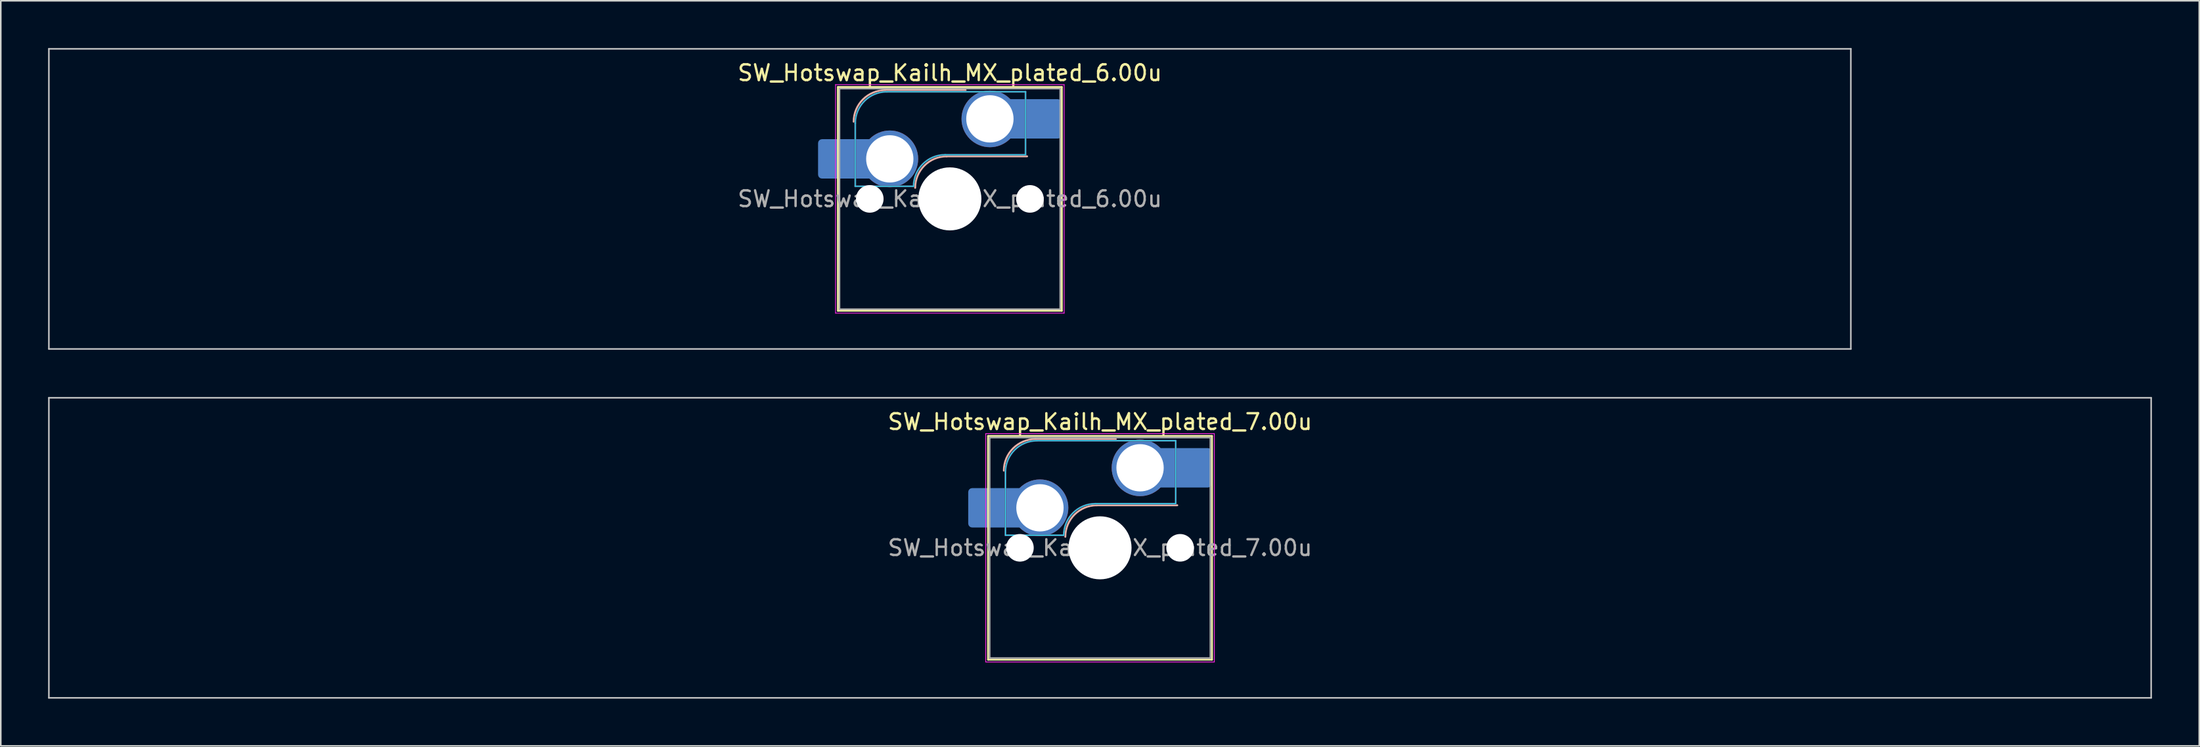
<source format=kicad_pcb>
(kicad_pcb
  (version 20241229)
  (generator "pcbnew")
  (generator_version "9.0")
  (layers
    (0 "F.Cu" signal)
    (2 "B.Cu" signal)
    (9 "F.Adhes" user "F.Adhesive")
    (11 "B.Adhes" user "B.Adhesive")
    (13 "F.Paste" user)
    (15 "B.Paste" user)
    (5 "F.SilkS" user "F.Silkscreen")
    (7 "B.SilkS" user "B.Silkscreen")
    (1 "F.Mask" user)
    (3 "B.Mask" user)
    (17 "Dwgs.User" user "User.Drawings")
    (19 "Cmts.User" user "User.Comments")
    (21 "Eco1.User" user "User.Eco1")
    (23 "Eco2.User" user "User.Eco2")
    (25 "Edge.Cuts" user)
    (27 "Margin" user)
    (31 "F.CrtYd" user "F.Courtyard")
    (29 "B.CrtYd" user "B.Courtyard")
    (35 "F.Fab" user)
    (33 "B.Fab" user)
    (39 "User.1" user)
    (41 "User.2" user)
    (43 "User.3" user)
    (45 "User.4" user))
  (footprint "SW_Hotswap_Kailh_MX_plated_7.00u"
    (layer "F.Cu")
    (at 66.725 31.725)
    (property "Reference" "SW_Hotswap_Kailh_MX_plated_7.00u" (at 0 -8 0) (layer "F.SilkS") (effects (font (size 1 1) (thickness 0.15))))
    (attr smd)
    (fp_line (start -7.1 -7.1) (end -7.1 7.1) (stroke (width 0.12) (type solid)) (layer "F.SilkS"))
    (fp_line (start -7.1 7.1) (end 7.1 7.1) (stroke (width 0.12) (type solid)) (layer "F.SilkS"))
    (fp_line (start 7.1 -7.1) (end -7.1 -7.1) (stroke (width 0.12) (type solid)) (layer "F.SilkS"))
    (fp_line (start 7.1 7.1) (end 7.1 -7.1) (stroke (width 0.12) (type solid)) (layer "F.SilkS"))
    (fp_line (start -4.1 -6.9) (end 1 -6.9) (stroke (width 0.12) (type solid)) (layer "B.SilkS"))
    (fp_line (start -0.2 -2.7) (end 4.9 -2.7) (stroke (width 0.12) (type solid)) (layer "B.SilkS"))
    (fp_arc (start -6.1 -4.9) (mid -5.514214 -6.314214) (end -4.1 -6.9) (stroke (width 0.12) (type solid)) (layer "B.SilkS"))
    (fp_arc (start -2.2 -0.7) (mid -1.614214 -2.114214) (end -0.2 -2.7) (stroke (width 0.12) (type solid)) (layer "B.SilkS"))
    (fp_line (start -66.675 -9.525) (end -66.675 9.525) (stroke (width 0.1) (type solid)) (layer "Dwgs.User"))
    (fp_line (start -66.675 9.525) (end 66.675 9.525) (stroke (width 0.1) (type solid)) (layer "Dwgs.User"))
    (fp_line (start 66.675 -9.525) (end -66.675 -9.525) (stroke (width 0.1) (type solid)) (layer "Dwgs.User"))
    (fp_line (start 66.675 9.525) (end 66.675 -9.525) (stroke (width 0.1) (type solid)) (layer "Dwgs.User"))
    (fp_line (start -7.8 -6) (end -7 -6) (stroke (width 0.1) (type solid)) (layer "Eco1.User"))
    (fp_line (start -7.8 -2.9) (end -7.8 -6) (stroke (width 0.1) (type solid)) (layer "Eco1.User"))
    (fp_line (start -7.8 2.9) (end -7 2.9) (stroke (width 0.1) (type solid)) (layer "Eco1.User"))
    (fp_line (start -7.8 6) (end -7.8 2.9) (stroke (width 0.1) (type solid)) (layer "Eco1.User"))
    (fp_line (start -7 -7) (end 7 -7) (stroke (width 0.1) (type solid)) (layer "Eco1.User"))
    (fp_line (start -7 -6) (end -7 -7) (stroke (width 0.1) (type solid)) (layer "Eco1.User"))
    (fp_line (start -7 -2.9) (end -7.8 -2.9) (stroke (width 0.1) (type solid)) (layer "Eco1.User"))
    (fp_line (start -7 2.9) (end -7 -2.9) (stroke (width 0.1) (type solid)) (layer "Eco1.User"))
    (fp_line (start -7 6) (end -7.8 6) (stroke (width 0.1) (type solid)) (layer "Eco1.User"))
    (fp_line (start -7 7) (end -7 6) (stroke (width 0.1) (type solid)) (layer "Eco1.User"))
    (fp_line (start 7 -7) (end 7 -6) (stroke (width 0.1) (type solid)) (layer "Eco1.User"))
    (fp_line (start 7 -6) (end 7.8 -6) (stroke (width 0.1) (type solid)) (layer "Eco1.User"))
    (fp_line (start 7 -2.9) (end 7 2.9) (stroke (width 0.1) (type solid)) (layer "Eco1.User"))
    (fp_line (start 7 2.9) (end 7.8 2.9) (stroke (width 0.1) (type solid)) (layer "Eco1.User"))
    (fp_line (start 7 6) (end 7 7) (stroke (width 0.1) (type solid)) (layer "Eco1.User"))
    (fp_line (start 7 7) (end -7 7) (stroke (width 0.1) (type solid)) (layer "Eco1.User"))
    (fp_line (start 7.8 -6) (end 7.8 -2.9) (stroke (width 0.1) (type solid)) (layer "Eco1.User"))
    (fp_line (start 7.8 -2.9) (end 7 -2.9) (stroke (width 0.1) (type solid)) (layer "Eco1.User"))
    (fp_line (start 7.8 2.9) (end 7.8 6) (stroke (width 0.1) (type solid)) (layer "Eco1.User"))
    (fp_line (start 7.8 6) (end 7 6) (stroke (width 0.1) (type solid)) (layer "Eco1.User"))
    (fp_line (start -6 -0.8) (end -6 -4.8) (stroke (width 0.05) (type solid)) (layer "B.CrtYd"))
    (fp_line (start -6 -0.8) (end -2.3 -0.8) (stroke (width 0.05) (type solid)) (layer "B.CrtYd"))
    (fp_line (start -4 -6.8) (end 4.8 -6.8) (stroke (width 0.05) (type solid)) (layer "B.CrtYd"))
    (fp_line (start -0.3 -2.8) (end 4.8 -2.8) (stroke (width 0.05) (type solid)) (layer "B.CrtYd"))
    (fp_line (start 4.8 -6.8) (end 4.8 -2.8) (stroke (width 0.05) (type solid)) (layer "B.CrtYd"))
    (fp_arc (start -6 -4.8) (mid -5.414214 -6.214214) (end -4 -6.8) (stroke (width 0.05) (type solid)) (layer "B.CrtYd"))
    (fp_arc (start -2.3 -0.8) (mid -1.714214 -2.214214) (end -0.3 -2.8) (stroke (width 0.05) (type solid)) (layer "B.CrtYd"))
    (fp_line (start -7.25 -7.25) (end -7.25 7.25) (stroke (width 0.05) (type solid)) (layer "F.CrtYd"))
    (fp_line (start -7.25 7.25) (end 7.25 7.25) (stroke (width 0.05) (type solid)) (layer "F.CrtYd"))
    (fp_line (start 7.25 -7.25) (end -7.25 -7.25) (stroke (width 0.05) (type solid)) (layer "F.CrtYd"))
    (fp_line (start 7.25 7.25) (end 7.25 -7.25) (stroke (width 0.05) (type solid)) (layer "F.CrtYd"))
    (fp_line (start -6 -0.8) (end -6 -4.8) (stroke (width 0.12) (type solid)) (layer "B.Fab"))
    (fp_line (start -6 -0.8) (end -2.3 -0.8) (stroke (width 0.12) (type solid)) (layer "B.Fab"))
    (fp_line (start -4 -6.8) (end 4.8 -6.8) (stroke (width 0.12) (type solid)) (layer "B.Fab"))
    (fp_line (start -0.3 -2.8) (end 4.8 -2.8) (stroke (width 0.12) (type solid)) (layer "B.Fab"))
    (fp_line (start 4.8 -6.8) (end 4.8 -2.8) (stroke (width 0.12) (type solid)) (layer "B.Fab"))
    (fp_arc (start -6 -4.8) (mid -5.414214 -6.214214) (end -4 -6.8) (stroke (width 0.12) (type solid)) (layer "B.Fab"))
    (fp_arc (start -2.3 -0.8) (mid -1.714214 -2.214214) (end -0.3 -2.8) (stroke (width 0.12) (type solid)) (layer "B.Fab"))
    (fp_line (start -7 -7) (end -7 7) (stroke (width 0.1) (type solid)) (layer "F.Fab"))
    (fp_line (start -7 7) (end 7 7) (stroke (width 0.1) (type solid)) (layer "F.Fab"))
    (fp_line (start 7 -7) (end -7 -7) (stroke (width 0.1) (type solid)) (layer "F.Fab"))
    (fp_line (start 7 7) (end 7 -7) (stroke (width 0.1) (type solid)) (layer "F.Fab"))
    (fp_text user "${REFERENCE}" (at 0 0 0) (layer "F.Fab") (effects (font (size 1 1) (thickness 0.15))))
    (pad "" smd roundrect (at -7.085 -2.54) (size 2.55 2.5) (layers "B.Mask" "B.Paste") (roundrect_rratio 0.1))
    (pad "" np_thru_hole circle (at -5.08 0) (size 1.75 1.75) (drill 1.75) (layers "*.Cu" "*.Mask"))
    (pad "" np_thru_hole circle (at 0 0) (size 4 4) (drill 4) (layers "*.Cu" "*.Mask"))
    (pad "" np_thru_hole circle (at 5.08 0) (size 1.75 1.75) (drill 1.75) (layers "*.Cu" "*.Mask"))
    (pad "" smd roundrect (at 5.842 -5.08) (size 2.55 2.5) (layers "B.Mask" "B.Paste") (roundrect_rratio 0.1))
    (pad "1" smd roundrect (at -6.585 -2.54) (size 3.55 2.5) (layers "B.Cu") (roundrect_rratio 0.1))
    (pad "1" thru_hole circle (at -3.81 -2.54) (size 3.6 3.6) (drill 3) (layers "*.Cu" "B.Mask"))
    (pad "2" thru_hole circle (at 2.54 -5.08) (size 3.6 3.6) (drill 3) (layers "*.Cu" "B.Mask"))
    (pad "2" smd roundrect (at 5.32 -5.08) (size 3.55 2.5) (layers "B.Cu") (roundrect_rratio 0.1)))
  (footprint "SW_Hotswap_Kailh_MX_plated_6.00u"
    (layer "F.Cu")
    (at 57.2 9.575)
    (property "Reference" "SW_Hotswap_Kailh_MX_plated_6.00u" (at 0 -8 0) (layer "F.SilkS") (effects (font (size 1 1) (thickness 0.15))))
    (attr smd)
    (fp_line (start -7.1 -7.1) (end -7.1 7.1) (stroke (width 0.12) (type solid)) (layer "F.SilkS"))
    (fp_line (start -7.1 7.1) (end 7.1 7.1) (stroke (width 0.12) (type solid)) (layer "F.SilkS"))
    (fp_line (start 7.1 -7.1) (end -7.1 -7.1) (stroke (width 0.12) (type solid)) (layer "F.SilkS"))
    (fp_line (start 7.1 7.1) (end 7.1 -7.1) (stroke (width 0.12) (type solid)) (layer "F.SilkS"))
    (fp_line (start -4.1 -6.9) (end 1 -6.9) (stroke (width 0.12) (type solid)) (layer "B.SilkS"))
    (fp_line (start -0.2 -2.7) (end 4.9 -2.7) (stroke (width 0.12) (type solid)) (layer "B.SilkS"))
    (fp_arc (start -6.1 -4.9) (mid -5.514214 -6.314214) (end -4.1 -6.9) (stroke (width 0.12) (type solid)) (layer "B.SilkS"))
    (fp_arc (start -2.2 -0.7) (mid -1.614214 -2.114214) (end -0.2 -2.7) (stroke (width 0.12) (type solid)) (layer "B.SilkS"))
    (fp_line (start -57.15 -9.525) (end -57.15 9.525) (stroke (width 0.1) (type solid)) (layer "Dwgs.User"))
    (fp_line (start -57.15 9.525) (end 57.15 9.525) (stroke (width 0.1) (type solid)) (layer "Dwgs.User"))
    (fp_line (start 57.15 -9.525) (end -57.15 -9.525) (stroke (width 0.1) (type solid)) (layer "Dwgs.User"))
    (fp_line (start 57.15 9.525) (end 57.15 -9.525) (stroke (width 0.1) (type solid)) (layer "Dwgs.User"))
    (fp_line (start -7.8 -6) (end -7 -6) (stroke (width 0.1) (type solid)) (layer "Eco1.User"))
    (fp_line (start -7.8 -2.9) (end -7.8 -6) (stroke (width 0.1) (type solid)) (layer "Eco1.User"))
    (fp_line (start -7.8 2.9) (end -7 2.9) (stroke (width 0.1) (type solid)) (layer "Eco1.User"))
    (fp_line (start -7.8 6) (end -7.8 2.9) (stroke (width 0.1) (type solid)) (layer "Eco1.User"))
    (fp_line (start -7 -7) (end 7 -7) (stroke (width 0.1) (type solid)) (layer "Eco1.User"))
    (fp_line (start -7 -6) (end -7 -7) (stroke (width 0.1) (type solid)) (layer "Eco1.User"))
    (fp_line (start -7 -2.9) (end -7.8 -2.9) (stroke (width 0.1) (type solid)) (layer "Eco1.User"))
    (fp_line (start -7 2.9) (end -7 -2.9) (stroke (width 0.1) (type solid)) (layer "Eco1.User"))
    (fp_line (start -7 6) (end -7.8 6) (stroke (width 0.1) (type solid)) (layer "Eco1.User"))
    (fp_line (start -7 7) (end -7 6) (stroke (width 0.1) (type solid)) (layer "Eco1.User"))
    (fp_line (start 7 -7) (end 7 -6) (stroke (width 0.1) (type solid)) (layer "Eco1.User"))
    (fp_line (start 7 -6) (end 7.8 -6) (stroke (width 0.1) (type solid)) (layer "Eco1.User"))
    (fp_line (start 7 -2.9) (end 7 2.9) (stroke (width 0.1) (type solid)) (layer "Eco1.User"))
    (fp_line (start 7 2.9) (end 7.8 2.9) (stroke (width 0.1) (type solid)) (layer "Eco1.User"))
    (fp_line (start 7 6) (end 7 7) (stroke (width 0.1) (type solid)) (layer "Eco1.User"))
    (fp_line (start 7 7) (end -7 7) (stroke (width 0.1) (type solid)) (layer "Eco1.User"))
    (fp_line (start 7.8 -6) (end 7.8 -2.9) (stroke (width 0.1) (type solid)) (layer "Eco1.User"))
    (fp_line (start 7.8 -2.9) (end 7 -2.9) (stroke (width 0.1) (type solid)) (layer "Eco1.User"))
    (fp_line (start 7.8 2.9) (end 7.8 6) (stroke (width 0.1) (type solid)) (layer "Eco1.User"))
    (fp_line (start 7.8 6) (end 7 6) (stroke (width 0.1) (type solid)) (layer "Eco1.User"))
    (fp_line (start -6 -0.8) (end -6 -4.8) (stroke (width 0.05) (type solid)) (layer "B.CrtYd"))
    (fp_line (start -6 -0.8) (end -2.3 -0.8) (stroke (width 0.05) (type solid)) (layer "B.CrtYd"))
    (fp_line (start -4 -6.8) (end 4.8 -6.8) (stroke (width 0.05) (type solid)) (layer "B.CrtYd"))
    (fp_line (start -0.3 -2.8) (end 4.8 -2.8) (stroke (width 0.05) (type solid)) (layer "B.CrtYd"))
    (fp_line (start 4.8 -6.8) (end 4.8 -2.8) (stroke (width 0.05) (type solid)) (layer "B.CrtYd"))
    (fp_arc (start -6 -4.8) (mid -5.414214 -6.214214) (end -4 -6.8) (stroke (width 0.05) (type solid)) (layer "B.CrtYd"))
    (fp_arc (start -2.3 -0.8) (mid -1.714214 -2.214214) (end -0.3 -2.8) (stroke (width 0.05) (type solid)) (layer "B.CrtYd"))
    (fp_line (start -7.25 -7.25) (end -7.25 7.25) (stroke (width 0.05) (type solid)) (layer "F.CrtYd"))
    (fp_line (start -7.25 7.25) (end 7.25 7.25) (stroke (width 0.05) (type solid)) (layer "F.CrtYd"))
    (fp_line (start 7.25 -7.25) (end -7.25 -7.25) (stroke (width 0.05) (type solid)) (layer "F.CrtYd"))
    (fp_line (start 7.25 7.25) (end 7.25 -7.25) (stroke (width 0.05) (type solid)) (layer "F.CrtYd"))
    (fp_line (start -6 -0.8) (end -6 -4.8) (stroke (width 0.12) (type solid)) (layer "B.Fab"))
    (fp_line (start -6 -0.8) (end -2.3 -0.8) (stroke (width 0.12) (type solid)) (layer "B.Fab"))
    (fp_line (start -4 -6.8) (end 4.8 -6.8) (stroke (width 0.12) (type solid)) (layer "B.Fab"))
    (fp_line (start -0.3 -2.8) (end 4.8 -2.8) (stroke (width 0.12) (type solid)) (layer "B.Fab"))
    (fp_line (start 4.8 -6.8) (end 4.8 -2.8) (stroke (width 0.12) (type solid)) (layer "B.Fab"))
    (fp_arc (start -6 -4.8) (mid -5.414214 -6.214214) (end -4 -6.8) (stroke (width 0.12) (type solid)) (layer "B.Fab"))
    (fp_arc (start -2.3 -0.8) (mid -1.714214 -2.214214) (end -0.3 -2.8) (stroke (width 0.12) (type solid)) (layer "B.Fab"))
    (fp_line (start -7 -7) (end -7 7) (stroke (width 0.1) (type solid)) (layer "F.Fab"))
    (fp_line (start -7 7) (end 7 7) (stroke (width 0.1) (type solid)) (layer "F.Fab"))
    (fp_line (start 7 -7) (end -7 -7) (stroke (width 0.1) (type solid)) (layer "F.Fab"))
    (fp_line (start 7 7) (end 7 -7) (stroke (width 0.1) (type solid)) (layer "F.Fab"))
    (fp_text user "${REFERENCE}" (at 0 0 0) (layer "F.Fab") (effects (font (size 1 1) (thickness 0.15))))
    (pad "" smd roundrect (at -7.085 -2.54) (size 2.55 2.5) (layers "B.Mask" "B.Paste") (roundrect_rratio 0.1))
    (pad "" np_thru_hole circle (at -5.08 0) (size 1.75 1.75) (drill 1.75) (layers "*.Cu" "*.Mask"))
    (pad "" np_thru_hole circle (at 0 0) (size 4 4) (drill 4) (layers "*.Cu" "*.Mask"))
    (pad "" np_thru_hole circle (at 5.08 0) (size 1.75 1.75) (drill 1.75) (layers "*.Cu" "*.Mask"))
    (pad "" smd roundrect (at 5.842 -5.08) (size 2.55 2.5) (layers "B.Mask" "B.Paste") (roundrect_rratio 0.1))
    (pad "1" smd roundrect (at -6.585 -2.54) (size 3.55 2.5) (layers "B.Cu") (roundrect_rratio 0.1))
    (pad "1" thru_hole circle (at -3.81 -2.54) (size 3.6 3.6) (drill 3) (layers "*.Cu" "B.Mask"))
    (pad "2" thru_hole circle (at 2.54 -5.08) (size 3.6 3.6) (drill 3) (layers "*.Cu" "B.Mask"))
    (pad "2" smd roundrect (at 5.32 -5.08) (size 3.55 2.5) (layers "B.Cu") (roundrect_rratio 0.1)))
  (gr_rect
    (start -3 -3)
    (end 136.45 44.3)
    (stroke (width 0.1) (type default))
    (fill no)
    (layer "Edge.Cuts")))
</source>
